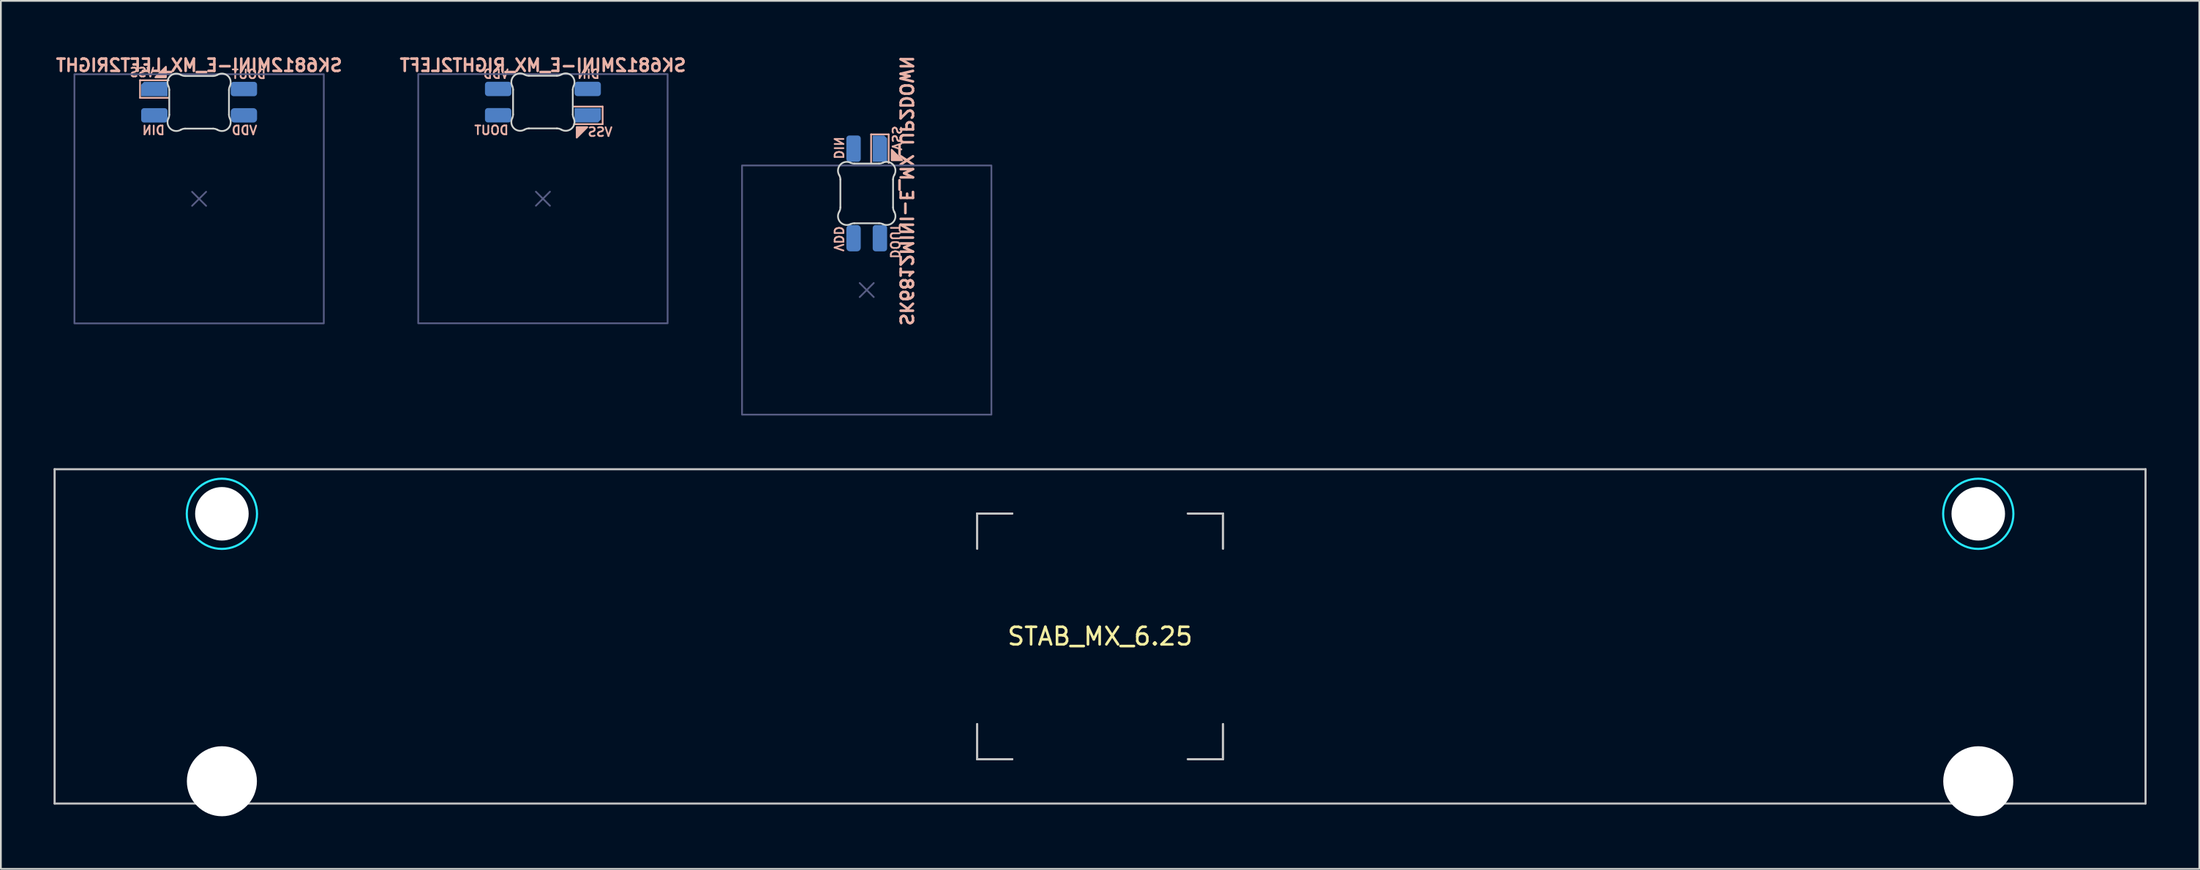
<source format=kicad_pcb>
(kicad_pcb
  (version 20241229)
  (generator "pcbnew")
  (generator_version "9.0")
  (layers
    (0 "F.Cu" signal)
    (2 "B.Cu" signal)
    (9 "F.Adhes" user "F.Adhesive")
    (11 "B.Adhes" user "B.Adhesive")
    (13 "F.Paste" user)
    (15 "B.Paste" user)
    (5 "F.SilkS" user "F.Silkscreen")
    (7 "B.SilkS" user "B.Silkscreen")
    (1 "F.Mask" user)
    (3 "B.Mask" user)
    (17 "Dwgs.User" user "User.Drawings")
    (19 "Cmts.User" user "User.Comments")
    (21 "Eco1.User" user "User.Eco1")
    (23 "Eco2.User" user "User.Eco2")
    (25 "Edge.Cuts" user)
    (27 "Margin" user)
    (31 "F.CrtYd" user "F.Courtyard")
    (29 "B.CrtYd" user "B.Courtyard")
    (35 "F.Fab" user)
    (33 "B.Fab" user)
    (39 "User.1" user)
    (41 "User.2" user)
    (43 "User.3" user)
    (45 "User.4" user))
  (footprint "SK6812MINI-E_MX_LEFT2RIGHT"
    (layer "F.Cu")
    (at 8.288 8.279)
    (property "Reference" "SK6812MINI-E_MX_LEFT2RIGHT" (at 0 -7.606 0) (unlocked yes) (layer "B.SilkS") (effects (font (size 0.7 0.7) (thickness 0.15)) (justify mirror)))
    (attr through_hole)
    (fp_line (start -3.365 -6.756) (end -3.365 -5.756) (stroke (width 0.1) (type default)) (layer "B.SilkS"))
    (fp_line (start -3.365 -5.756) (end -1.745 -5.756) (stroke (width 0.1) (type default)) (layer "B.SilkS"))
    (fp_line (start -1.735 -6.756) (end -3.365 -6.756) (stroke (width 0.1) (type default)) (layer "B.SilkS"))
    (fp_poly (pts (xy -2.49 -6.925) (xy -1.89 -6.925) (xy -1.89 -7.525)) (stroke (width 0.1) (type solid)) (fill yes) (layer "B.SilkS"))
    (fp_line (start -1.7 -6.203) (end -1.7 -4.797) (stroke (width 0.1) (type solid)) (layer "Edge.Cuts"))
    (fp_line (start -0.794 -4) (end 0.794 -4) (stroke (width 0.1) (type solid)) (layer "Edge.Cuts"))
    (fp_line (start 0.794 -7) (end -0.794 -7) (stroke (width 0.1) (type solid)) (layer "Edge.Cuts"))
    (fp_line (start 1.7 -4.797) (end 1.7 -6.203) (stroke (width 0.1) (type solid)) (layer "Edge.Cuts"))
    (fp_arc (start -1.749484 -6.419721) (mid -1.712522 -6.314071) (end -1.699999 -6.202844) (stroke (width 0.1) (type solid)) (layer "Edge.Cuts"))
    (fp_arc (start -1.749484 -6.419721) (mid -1.638075 -7.00404) (end -1.046711 -7.068299) (stroke (width 0.1) (type solid)) (layer "Edge.Cuts"))
    (fp_arc (start -1.699999 -4.797159) (mid -1.712516 -4.685931) (end -1.749484 -4.580281) (stroke (width 0.1) (type solid)) (layer "Edge.Cuts"))
    (fp_arc (start -1.046711 -3.931702) (mid -1.638073 -3.995965) (end -1.749484 -4.580282) (stroke (width 0.1) (type solid)) (layer "Edge.Cuts"))
    (fp_arc (start -1.046711 -3.931702) (mid -0.925127 -3.982641) (end -0.794452 -4.000001) (stroke (width 0.1) (type solid)) (layer "Edge.Cuts"))
    (fp_arc (start -0.794453 -7) (mid -0.925122 -7.017386) (end -1.046711 -7.068299) (stroke (width 0.1) (type solid)) (layer "Edge.Cuts"))
    (fp_arc (start 0.794452 -4.000001) (mid 0.925122 -3.982624) (end 1.04671 -3.931702) (stroke (width 0.1) (type solid)) (layer "Edge.Cuts"))
    (fp_arc (start 1.046711 -7.0683) (mid 0.925119 -7.017393) (end 0.794453 -7.000001) (stroke (width 0.1) (type solid)) (layer "Edge.Cuts"))
    (fp_arc (start 1.046711 -7.0683) (mid 1.638046 -7.004026) (end 1.749484 -6.419721) (stroke (width 0.1) (type solid)) (layer "Edge.Cuts"))
    (fp_arc (start 1.699999 -6.202843) (mid 1.712542 -6.314066) (end 1.749484 -6.419721) (stroke (width 0.1) (type solid)) (layer "Edge.Cuts"))
    (fp_arc (start 1.749484 -4.580281) (mid 1.638078 -3.995957) (end 1.046711 -3.931704) (stroke (width 0.1) (type solid)) (layer "Edge.Cuts"))
    (fp_arc (start 1.749484 -4.580281) (mid 1.712521 -4.685931) (end 1.699999 -4.797158) (stroke (width 0.1) (type solid)) (layer "Edge.Cuts"))
    (fp_line (start -0.4 -0.4) (end 0.4 0.4) (stroke (width 0.1) (type default)) (layer "B.Fab"))
    (fp_line (start 0.4 -0.4) (end -0.4 0.4) (stroke (width 0.1) (type default)) (layer "B.Fab"))
    (fp_rect (start -7.1 -7.1) (end 7.1 7.1) (stroke (width 0.1) (type default)) (fill no) (layer "B.Fab"))
    (fp_text user "DIN" (at -1.9 -3.9 0) (unlocked yes) (layer "B.SilkS") (effects (font (size 0.5 0.5) (thickness 0.1)) (justify left mirror)))
    (fp_text user "DOUT" (at 1.8 -7.1 0) (unlocked yes) (layer "B.SilkS") (effects (font (size 0.5 0.5) (thickness 0.1)) (justify right mirror)))
    (fp_text user "VSS" (at -2.5 -7.2 0) (unlocked yes) (layer "B.SilkS") (effects (font (size 0.5 0.5) (thickness 0.1)) (justify left mirror)))
    (fp_text user "VDD" (at 1.8 -3.9 0) (unlocked yes) (layer "B.SilkS") (effects (font (size 0.5 0.5) (thickness 0.1)) (justify right mirror)))
    (pad "3" smd roundrect (at 2.55 -4.756 180) (size 1.5 0.82) (layers "B.Cu" "B.Mask" "B.Paste") (roundrect_rratio 0.25))
    (pad "4" smd roundrect (at -2.55 -6.256) (size 1.5 0.82) (layers "B.Cu" "B.Mask" "B.Paste") (roundrect_rratio 0) (chamfer_ratio 0.2) (chamfer top_left))
    (pad "5" smd roundrect (at -2.55 -4.756 180) (size 1.5 0.82) (layers "B.Cu" "B.Mask" "B.Paste") (roundrect_rratio 0.2))
    (pad "6" smd roundrect (at 2.55 -6.256 180) (size 1.5 0.82) (layers "B.Cu" "B.Mask" "B.Paste") (roundrect_rratio 0.2)))
  (footprint "SK6812MINI-E_MX_UP2DOWN"
    (layer "F.Cu")
    (at 46.303 13.478)
    (property "Reference" "SK6812MINI-E_MX_UP2DOWN" (at 2.25 -5.656 270) (unlocked yes) (layer "B.SilkS") (effects (font (size 0.7 0.7) (thickness 0.15)) (justify mirror)))
    (attr through_hole)
    (fp_line (start 0.25 -8.871) (end 0.25 -7.251) (stroke (width 0.1) (type default)) (layer "B.SilkS"))
    (fp_line (start 1.25 -8.871) (end 0.25 -8.871) (stroke (width 0.1) (type default)) (layer "B.SilkS"))
    (fp_line (start 1.25 -7.241) (end 1.25 -8.871) (stroke (width 0.1) (type default)) (layer "B.SilkS"))
    (fp_poly (pts (xy 1.419 -7.996) (xy 1.419 -7.396) (xy 2.019 -7.396)) (stroke (width 0.1) (type solid)) (fill yes) (layer "B.SilkS"))
    (fp_line (start -1.5 -6.301) (end -1.5 -4.712) (stroke (width 0.1) (type solid)) (layer "Edge.Cuts"))
    (fp_line (start -0.703 -3.806) (end 0.703 -3.806) (stroke (width 0.1) (type solid)) (layer "Edge.Cuts"))
    (fp_line (start 0.703 -7.206) (end -0.703 -7.206) (stroke (width 0.1) (type solid)) (layer "Edge.Cuts"))
    (fp_line (start 1.5 -4.712) (end 1.5 -6.301) (stroke (width 0.1) (type solid)) (layer "Edge.Cuts"))
    (fp_arc (start -1.568299 -6.55296) (mid -1.517371 -6.431372) (end -1.5 -6.300701) (stroke (width 0.1) (type solid)) (layer "Edge.Cuts"))
    (fp_arc (start -1.568299 -6.55296) (mid -1.504034 -7.144324) (end -0.919719 -7.255733) (stroke (width 0.1) (type solid)) (layer "Edge.Cuts"))
    (fp_arc (start -1.5 -4.711797) (mid -1.517377 -4.581127) (end -1.568299 -4.459539) (stroke (width 0.1) (type solid)) (layer "Edge.Cuts"))
    (fp_arc (start -0.91972 -3.756765) (mid -1.504034 -3.868179) (end -1.568297 -4.459538) (stroke (width 0.1) (type solid)) (layer "Edge.Cuts"))
    (fp_arc (start -0.91972 -3.756765) (mid -0.814068 -3.793722) (end -0.702843 -3.80625) (stroke (width 0.1) (type solid)) (layer "Edge.Cuts"))
    (fp_arc (start -0.702842 -7.206248) (mid -0.814068 -7.218775) (end -0.91972 -7.255733) (stroke (width 0.1) (type solid)) (layer "Edge.Cuts"))
    (fp_arc (start 0.702842 -3.80625) (mid 0.814068 -3.793722) (end 0.91972 -3.756765) (stroke (width 0.1) (type solid)) (layer "Edge.Cuts"))
    (fp_arc (start 0.91972 -7.255733) (mid 0.81407 -7.218772) (end 0.702843 -7.206248) (stroke (width 0.1) (type solid)) (layer "Edge.Cuts"))
    (fp_arc (start 0.91972 -7.255733) (mid 1.504031 -7.144319) (end 1.568298 -6.55296) (stroke (width 0.1) (type solid)) (layer "Edge.Cuts"))
    (fp_arc (start 1.499999 -6.300702) (mid 1.517384 -6.431369) (end 1.568298 -6.55296) (stroke (width 0.1) (type solid)) (layer "Edge.Cuts"))
    (fp_arc (start 1.568299 -4.459538) (mid 1.504034 -3.868177) (end 0.91972 -3.756765) (stroke (width 0.1) (type solid)) (layer "Edge.Cuts"))
    (fp_arc (start 1.568299 -4.459538) (mid 1.517391 -4.581128) (end 1.5 -4.711796) (stroke (width 0.1) (type solid)) (layer "Edge.Cuts"))
    (fp_line (start -0.4 -0.4) (end 0.4 0.4) (stroke (width 0.1) (type default)) (layer "B.Fab"))
    (fp_line (start 0.4 -0.4) (end -0.4 0.4) (stroke (width 0.1) (type default)) (layer "B.Fab"))
    (fp_rect (start -7.1 -7.1) (end 7.1 7.1) (stroke (width 0.1) (type default)) (fill no) (layer "B.Fab"))
    (fp_text user "DOUT" (at 1.6 -3.8 270) (unlocked yes) (layer "B.SilkS") (effects (font (size 0.5 0.5) (thickness 0.1)) (justify right mirror)))
    (fp_text user "VDD" (at -1.6 -3.7 270) (unlocked yes) (layer "B.SilkS") (effects (font (size 0.5 0.5) (thickness 0.1)) (justify right mirror)))
    (fp_text user "VSS" (at 1.7 -7.9 270) (unlocked yes) (layer "B.SilkS") (effects (font (size 0.5 0.5) (thickness 0.1)) (justify left mirror)))
    (fp_text user "DIN" (at -1.6 -7.4 270) (unlocked yes) (layer "B.SilkS") (effects (font (size 0.5 0.5) (thickness 0.1)) (justify left mirror)))
    (pad "3" smd roundrect (at -0.75 -2.956 90) (size 1.5 0.82) (layers "B.Cu" "B.Mask" "B.Paste") (roundrect_rratio 0.25))
    (pad "4" smd roundrect (at 0.75 -8.056 270) (size 1.5 0.82) (layers "B.Cu" "B.Mask" "B.Paste") (roundrect_rratio 0) (chamfer_ratio 0.2) (chamfer top_left))
    (pad "5" smd roundrect (at -0.75 -8.056 90) (size 1.5 0.82) (layers "B.Cu" "B.Mask" "B.Paste") (roundrect_rratio 0.2))
    (pad "6" smd roundrect (at 0.75 -2.956 90) (size 1.5 0.82) (layers "B.Cu" "B.Mask" "B.Paste") (roundrect_rratio 0.2)))
  (footprint "STAB_MX_6.25"
    (layer "F.Cu")
    (at 59.591 33.213)
    (property "Reference" "STAB_MX_6.25" (at 0 0 0) (layer "F.SilkS") (effects (font (size 1 1) (thickness 0.15))))
    (attr through_hole exclude_from_pos_files exclude_from_bom)
    (fp_line (start -59.531 -9.525) (end -59.531 9.525) (stroke (width 0.12) (type solid)) (layer "Dwgs.User"))
    (fp_line (start -59.531 -9.525) (end 59.531 -9.525) (stroke (width 0.12) (type solid)) (layer "Dwgs.User"))
    (fp_line (start -59.531 9.525) (end 59.531 9.525) (stroke (width 0.12) (type solid)) (layer "Dwgs.User"))
    (fp_line (start -7 -7) (end -5 -7) (stroke (width 0.12) (type solid)) (layer "Dwgs.User"))
    (fp_line (start -7 -7) (end -5 -7) (stroke (width 0.12) (type solid)) (layer "Dwgs.User"))
    (fp_line (start -7 -5) (end -7 -7) (stroke (width 0.12) (type solid)) (layer "Dwgs.User"))
    (fp_line (start -7 -5) (end -7 -7) (stroke (width 0.12) (type solid)) (layer "Dwgs.User"))
    (fp_line (start -7 7) (end -7 5) (stroke (width 0.12) (type solid)) (layer "Dwgs.User"))
    (fp_line (start -7 7) (end -7 5) (stroke (width 0.12) (type solid)) (layer "Dwgs.User"))
    (fp_line (start -5 7) (end -7 7) (stroke (width 0.12) (type solid)) (layer "Dwgs.User"))
    (fp_line (start -5 7) (end -7 7) (stroke (width 0.12) (type solid)) (layer "Dwgs.User"))
    (fp_line (start 5 -7) (end 7 -7) (stroke (width 0.12) (type solid)) (layer "Dwgs.User"))
    (fp_line (start 5 -7) (end 7 -7) (stroke (width 0.12) (type solid)) (layer "Dwgs.User"))
    (fp_line (start 5 7) (end 7 7) (stroke (width 0.12) (type solid)) (layer "Dwgs.User"))
    (fp_line (start 5 7) (end 7 7) (stroke (width 0.12) (type solid)) (layer "Dwgs.User"))
    (fp_line (start 7 -7) (end 7 -5) (stroke (width 0.12) (type solid)) (layer "Dwgs.User"))
    (fp_line (start 7 -7) (end 7 -5) (stroke (width 0.12) (type solid)) (layer "Dwgs.User"))
    (fp_line (start 7 7) (end 7 5) (stroke (width 0.12) (type solid)) (layer "Dwgs.User"))
    (fp_line (start 7 7) (end 7 5) (stroke (width 0.12) (type solid)) (layer "Dwgs.User"))
    (fp_line (start 59.531 -9.525) (end 59.531 9.525) (stroke (width 0.12) (type solid)) (layer "Dwgs.User"))
    (fp_line (start -53.381 -5.5) (end -53.381 7.5) (stroke (width 0.05) (type solid)) (layer "Eco2.User"))
    (fp_line (start -52.881 -6) (end -47.131 -6) (stroke (width 0.05) (type solid)) (layer "Eco2.User"))
    (fp_line (start -52.881 8) (end -47.131 8) (stroke (width 0.05) (type solid)) (layer "Eco2.User"))
    (fp_line (start -46.631 -5.5) (end -46.631 7.5) (stroke (width 0.05) (type solid)) (layer "Eco2.User"))
    (fp_line (start 46.631 -5.5) (end 46.631 7.5) (stroke (width 0.05) (type solid)) (layer "Eco2.User"))
    (fp_line (start 47.131 -6) (end 52.88 -6) (stroke (width 0.05) (type solid)) (layer "Eco2.User"))
    (fp_line (start 47.131 8) (end 52.881 8) (stroke (width 0.05) (type solid)) (layer "Eco2.User"))
    (fp_line (start 53.38 -5.5) (end 53.381 7.5) (stroke (width 0.05) (type solid)) (layer "Eco2.User"))
    (fp_arc (start -53.38125 -5.499999) (mid -53.234804 -5.853553) (end -52.88125 -5.999999) (stroke (width 0.05) (type solid)) (layer "Eco2.User"))
    (fp_arc (start -52.88125 8.000001) (mid -53.234804 7.853554) (end -53.38125 7.500001) (stroke (width 0.05) (type solid)) (layer "Eco2.User"))
    (fp_arc (start -47.13125 -5.999999) (mid -46.777697 -5.853552) (end -46.63125 -5.499999) (stroke (width 0.05) (type solid)) (layer "Eco2.User"))
    (fp_arc (start -46.63125 7.500001) (mid -46.777697 7.853554) (end -47.13125 8.000001) (stroke (width 0.05) (type solid)) (layer "Eco2.User"))
    (fp_arc (start 46.63125 -5.499999) (mid 46.777696 -5.853553) (end 47.13125 -5.999999) (stroke (width 0.05) (type solid)) (layer "Eco2.User"))
    (fp_arc (start 47.13125 8.000001) (mid 46.777726 7.853525) (end 46.63125 7.500001) (stroke (width 0.05) (type solid)) (layer "Eco2.User"))
    (fp_arc (start 52.880039 -5.999999) (mid 53.23357 -5.853527) (end 53.380039 -5.499999) (stroke (width 0.05) (type solid)) (layer "Eco2.User"))
    (fp_arc (start 53.38125 7.500001) (mid 53.234803 7.853554) (end 52.88125 8.000001) (stroke (width 0.05) (type solid)) (layer "Eco2.User"))
    (fp_circle (center -50.006 -6.985) (end -48.006 -6.985) (stroke (width 0.12) (type solid)) (fill no) (layer "B.CrtYd"))
    (fp_circle (center 50.006 -6.985) (end 52.006 -6.985) (stroke (width 0.12) (type solid)) (fill no) (layer "B.CrtYd"))
    (pad "" np_thru_hole circle (at -50.006 -6.985) (size 3.048 3.048) (drill 3.048) (layers "*.Cu" "*.Mask"))
    (pad "" np_thru_hole circle (at -50.006 8.255) (size 3.988 3.988) (drill 3.988) (layers "*.Cu" "*.Mask"))
    (pad "" np_thru_hole circle (at 50.006 -6.985) (size 3.048 3.048) (drill 3.048) (layers "*.Cu" "*.Mask"))
    (pad "" np_thru_hole circle (at 50.006 8.255) (size 3.988 3.988) (drill 3.988) (layers "*.Cu" "*.Mask")))
  (footprint "SK6812MINI-E_MX_RIGHT2LEFT"
    (layer "F.Cu")
    (at 27.865 8.273)
    (property "Reference" "SK6812MINI-E_MX_RIGHT2LEFT" (at 0 -7.6 0) (unlocked yes) (layer "B.SilkS") (effects (font (size 0.7 0.7) (thickness 0.15)) (justify mirror)))
    (attr through_hole)
    (fp_line (start 1.77 -4.25) (end 3.4 -4.25) (stroke (width 0.1) (type default)) (layer "B.SilkS"))
    (fp_line (start 3.4 -5.25) (end 1.78 -5.25) (stroke (width 0.1) (type default)) (layer "B.SilkS"))
    (fp_line (start 3.4 -4.25) (end 3.4 -5.25) (stroke (width 0.1) (type default)) (layer "B.SilkS"))
    (fp_poly (pts (xy 2.525 -4.081) (xy 1.925 -4.081) (xy 1.925 -3.481)) (stroke (width 0.1) (type solid)) (fill yes) (layer "B.SilkS"))
    (fp_line (start -1.7 -6.209) (end -1.7 -4.803) (stroke (width 0.1) (type solid)) (layer "Edge.Cuts"))
    (fp_line (start -0.794 -4.006) (end 0.794 -4.006) (stroke (width 0.1) (type solid)) (layer "Edge.Cuts"))
    (fp_line (start 0.794 -7.006) (end -0.794 -7.006) (stroke (width 0.1) (type solid)) (layer "Edge.Cuts"))
    (fp_line (start 1.7 -4.803) (end 1.7 -6.209) (stroke (width 0.1) (type solid)) (layer "Edge.Cuts"))
    (fp_arc (start -1.749484 -6.425971) (mid -1.712525 -6.32032) (end -1.699999 -6.209094) (stroke (width 0.1) (type solid)) (layer "Edge.Cuts"))
    (fp_arc (start -1.749484 -6.425971) (mid -1.638075 -7.01029) (end -1.046711 -7.074549) (stroke (width 0.1) (type solid)) (layer "Edge.Cuts"))
    (fp_arc (start -1.699999 -4.803409) (mid -1.712515 -4.69218) (end -1.749484 -4.586531) (stroke (width 0.1) (type solid)) (layer "Edge.Cuts"))
    (fp_arc (start -1.046711 -3.937952) (mid -1.638079 -4.002213) (end -1.749484 -4.586532) (stroke (width 0.1) (type solid)) (layer "Edge.Cuts"))
    (fp_arc (start -1.046711 -3.937952) (mid -0.925128 -3.988892) (end -0.794452 -4.006251) (stroke (width 0.1) (type solid)) (layer "Edge.Cuts"))
    (fp_arc (start -0.794453 -7.00625) (mid -0.925121 -7.023639) (end -1.046711 -7.074549) (stroke (width 0.1) (type solid)) (layer "Edge.Cuts"))
    (fp_arc (start 0.794452 -4.006251) (mid 0.925123 -3.988877) (end 1.04671 -3.937952) (stroke (width 0.1) (type solid)) (layer "Edge.Cuts"))
    (fp_arc (start 1.046711 -7.07455) (mid 0.925119 -7.023648) (end 0.794453 -7.006251) (stroke (width 0.1) (type solid)) (layer "Edge.Cuts"))
    (fp_arc (start 1.046711 -7.07455) (mid 1.638055 -7.010288) (end 1.749484 -6.425971) (stroke (width 0.1) (type solid)) (layer "Edge.Cuts"))
    (fp_arc (start 1.699999 -6.209093) (mid 1.712542 -6.320315) (end 1.749484 -6.425971) (stroke (width 0.1) (type solid)) (layer "Edge.Cuts"))
    (fp_arc (start 1.749484 -4.586531) (mid 1.638077 -4.002204) (end 1.046711 -3.937954) (stroke (width 0.1) (type solid)) (layer "Edge.Cuts"))
    (fp_arc (start 1.749484 -4.586531) (mid 1.712518 -4.692181) (end 1.699999 -4.803408) (stroke (width 0.1) (type solid)) (layer "Edge.Cuts"))
    (fp_line (start -0.4 -0.4) (end 0.4 0.4) (stroke (width 0.1) (type default)) (layer "B.Fab"))
    (fp_line (start 0.4 -0.4) (end -0.4 0.4) (stroke (width 0.1) (type default)) (layer "B.Fab"))
    (fp_rect (start -7.1 -7.1) (end 7.1 7.1) (stroke (width 0.1) (type default)) (fill no) (layer "B.Fab"))
    (fp_text user "DIN" (at 1.9 -7.1 0) (unlocked yes) (layer "B.SilkS") (effects (font (size 0.5 0.5) (thickness 0.1)) (justify right mirror)))
    (fp_text user "VDD" (at -1.9 -7.1 0) (unlocked yes) (layer "B.SilkS") (effects (font (size 0.5 0.5) (thickness 0.1)) (justify left mirror)))
    (fp_text user "VSS" (at 2.5 -3.8 0) (unlocked yes) (layer "B.SilkS") (effects (font (size 0.5 0.5) (thickness 0.1)) (justify right mirror)))
    (fp_text user "DOUT" (at -1.9 -3.9 0) (unlocked yes) (layer "B.SilkS") (effects (font (size 0.5 0.5) (thickness 0.1)) (justify left mirror)))
    (pad "3" smd roundrect (at -2.55 -6.256 180) (size 1.5 0.82) (layers "B.Cu" "B.Mask" "B.Paste") (roundrect_rratio 0.2))
    (pad "4" smd roundrect (at 2.55 -4.756 180) (size 1.5 0.82) (layers "B.Cu" "B.Mask" "B.Paste") (roundrect_rratio 0) (chamfer_ratio 0.2) (chamfer top_left))
    (pad "5" smd roundrect (at 2.55 -6.256 180) (size 1.5 0.82) (layers "B.Cu" "B.Mask" "B.Paste") (roundrect_rratio 0.2))
    (pad "6" smd roundrect (at -2.55 -4.756 180) (size 1.5 0.82) (layers "B.Cu" "B.Mask" "B.Paste") (roundrect_rratio 0.2)))
  (gr_rect
    (start -3 -3)
    (end 122.183 46.462)
    (stroke (width 0.1) (type default))
    (fill no)
    (layer "Edge.Cuts")))
</source>
